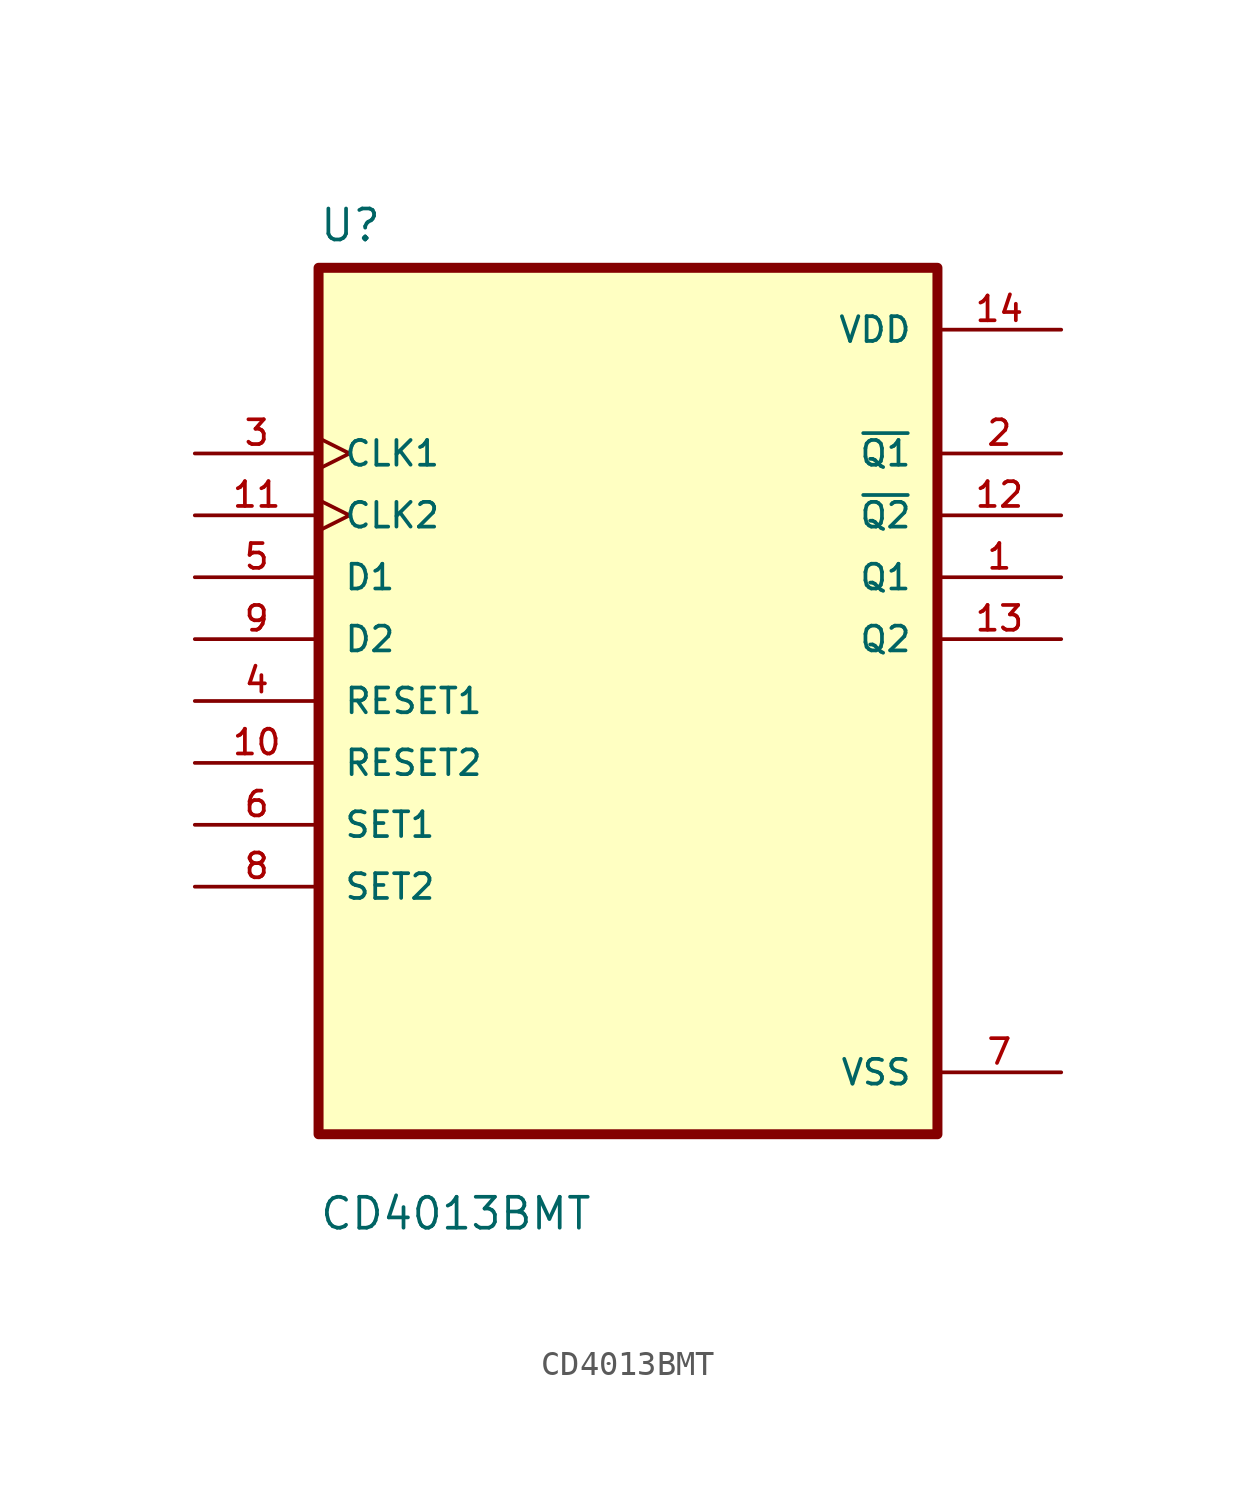
<source format=kicad_sym>
(kicad_symbol_lib
  (version 20211014)
  (generator kicad_symbol_editor)
  (symbol "CD4013BMT"
    (pin_names
      (offset 1.016))
    (property "Reference" "U"
      (at -12.7 18.78 0.0)
      (effects (font (size 1.27 1.27)) (justify bottom left)))
    (property "Value" "CD4013BMT"
      (at -12.7 -21.78 0.0)
      (effects (font (size 1.27 1.27)) (justify bottom left)))
    (symbol "CD4013BMT_0_0"
      (rectangle (start -12.7 -17.78) (end 12.7 17.78) (stroke (width 0.41)) (fill (type background)))
      (pin input clock (at -17.78 10.16 0) (length 5.08) (name "CLK1" (effects (font (size 1.016 1.016)))) (number "3" (effects (font (size 1.016 1.016)))))
      (pin input clock (at -17.78 7.62 0) (length 5.08) (name "CLK2" (effects (font (size 1.016 1.016)))) (number "11" (effects (font (size 1.016 1.016)))))
      (pin input line (at -17.78 5.08 0) (length 5.08) (name "D1" (effects (font (size 1.016 1.016)))) (number "5" (effects (font (size 1.016 1.016)))))
      (pin input line (at -17.78 2.54 0) (length 5.08) (name "D2" (effects (font (size 1.016 1.016)))) (number "9" (effects (font (size 1.016 1.016)))))
      (pin input line (at -17.78 0.0 0) (length 5.08) (name "RESET1" (effects (font (size 1.016 1.016)))) (number "4" (effects (font (size 1.016 1.016)))))
      (pin input line (at -17.78 -2.54 0) (length 5.08) (name "RESET2" (effects (font (size 1.016 1.016)))) (number "10" (effects (font (size 1.016 1.016)))))
      (pin input line (at -17.78 -5.08 0) (length 5.08) (name "SET1" (effects (font (size 1.016 1.016)))) (number "6" (effects (font (size 1.016 1.016)))))
      (pin input line (at -17.78 -7.62 0) (length 5.08) (name "SET2" (effects (font (size 1.016 1.016)))) (number "8" (effects (font (size 1.016 1.016)))))
      (pin power_in line (at 17.78 15.24 180.0) (length 5.08) (name "VDD" (effects (font (size 1.016 1.016)))) (number "14" (effects (font (size 1.016 1.016)))))
      (pin output line (at 17.78 10.16 180.0) (length 5.08) (name "~{Q1}" (effects (font (size 1.016 1.016)))) (number "2" (effects (font (size 1.016 1.016)))))
      (pin output line (at 17.78 7.62 180.0) (length 5.08) (name "~{Q2}" (effects (font (size 1.016 1.016)))) (number "12" (effects (font (size 1.016 1.016)))))
      (pin output line (at 17.78 5.08 180.0) (length 5.08) (name "Q1" (effects (font (size 1.016 1.016)))) (number "1" (effects (font (size 1.016 1.016)))))
      (pin output line (at 17.78 2.54 180.0) (length 5.08) (name "Q2" (effects (font (size 1.016 1.016)))) (number "13" (effects (font (size 1.016 1.016)))))
      (pin power_in line (at 17.78 -15.24 180.0) (length 5.08) (name "VSS" (effects (font (size 1.016 1.016)))) (number "7" (effects (font (size 1.016 1.016))))))))
</source>
